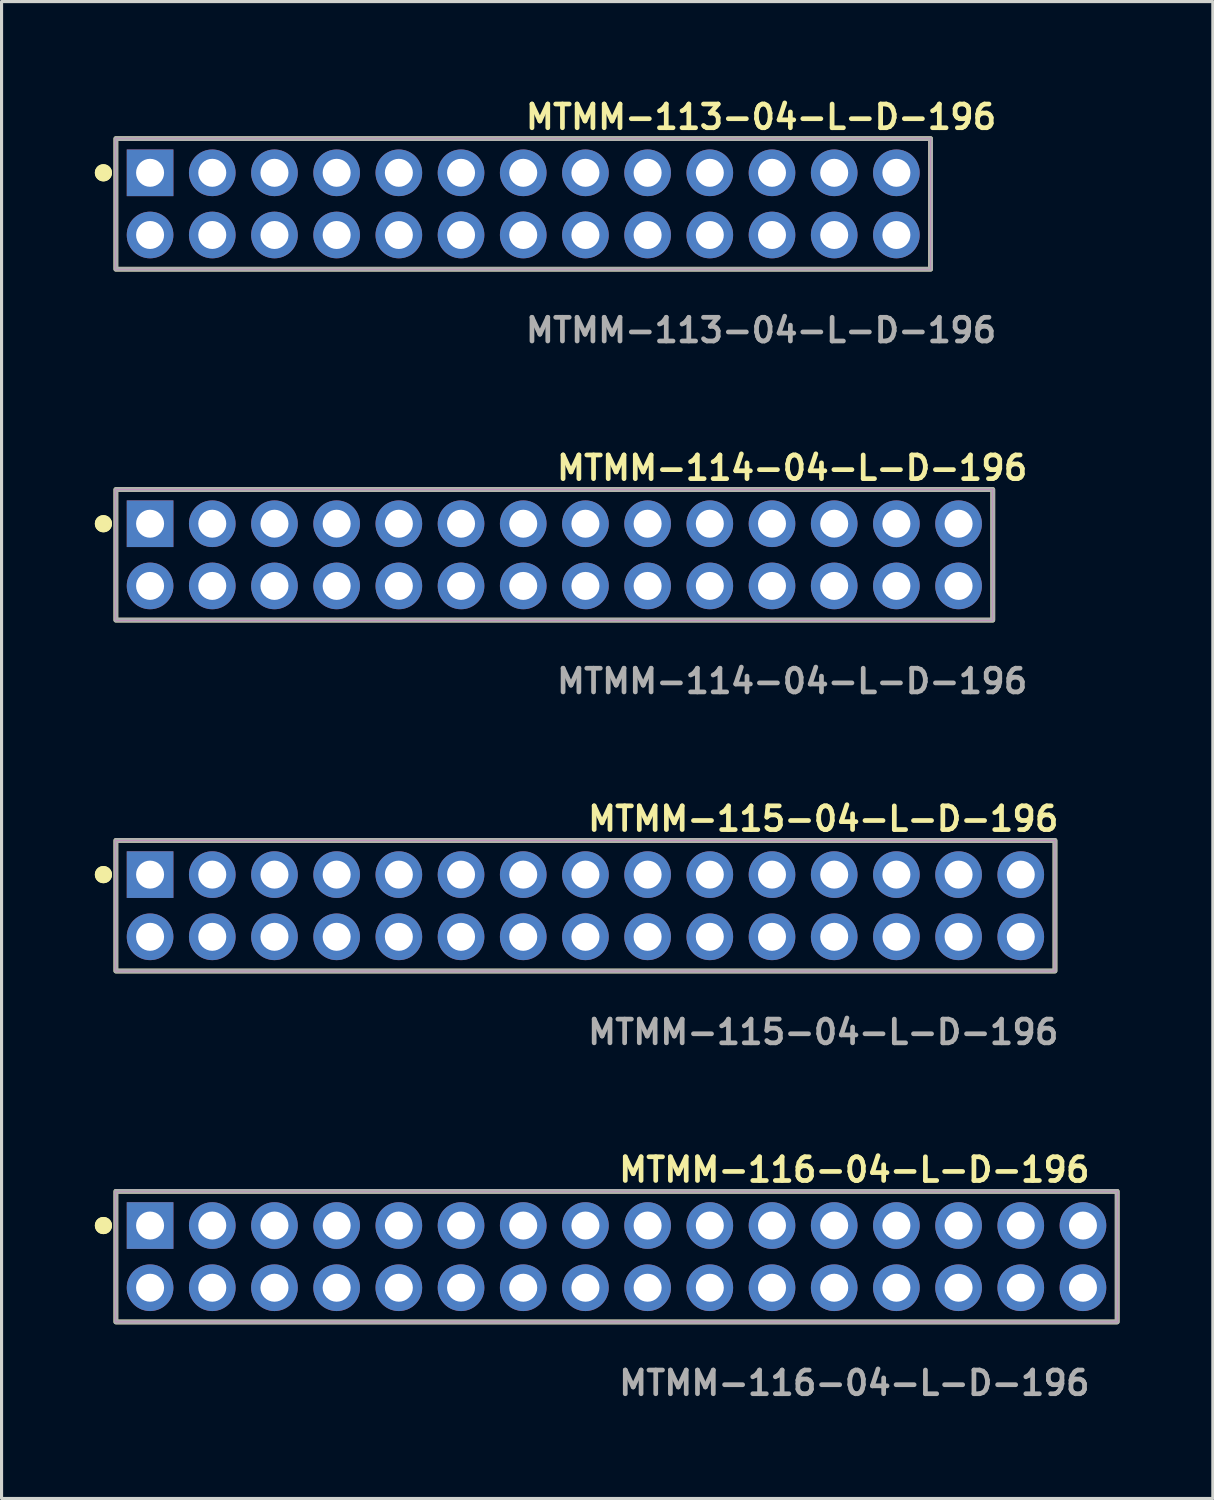
<source format=kicad_pcb>
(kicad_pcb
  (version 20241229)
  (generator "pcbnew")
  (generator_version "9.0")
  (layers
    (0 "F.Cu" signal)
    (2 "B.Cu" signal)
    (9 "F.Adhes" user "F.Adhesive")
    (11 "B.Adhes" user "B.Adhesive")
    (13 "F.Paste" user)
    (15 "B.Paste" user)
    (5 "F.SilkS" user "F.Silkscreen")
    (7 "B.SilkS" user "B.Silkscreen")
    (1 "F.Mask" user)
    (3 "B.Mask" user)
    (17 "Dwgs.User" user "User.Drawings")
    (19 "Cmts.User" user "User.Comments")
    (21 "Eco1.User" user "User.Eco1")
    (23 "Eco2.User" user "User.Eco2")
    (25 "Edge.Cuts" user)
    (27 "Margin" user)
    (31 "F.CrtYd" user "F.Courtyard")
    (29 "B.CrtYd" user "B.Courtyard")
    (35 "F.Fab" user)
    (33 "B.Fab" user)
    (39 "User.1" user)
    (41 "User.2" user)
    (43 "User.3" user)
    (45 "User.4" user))
  (footprint "MTMM-114-04-L-D-196"
    (layer "F.Cu")
    (at 14.776 14.792)
    (property "Reference" "MTMM-114-04-L-D-196" (at 0 -2.794 0) (unlocked yes) (layer "F.SilkS") (effects (font (size 0.762 0.762) (thickness 0.152)) (justify left)))
    (fp_rect (start -14.1 2.1) (end 14.1 -2.1) (stroke (width 0.152) (type solid)) (fill no) (layer "F.SilkS"))
    (fp_circle (center -14.5 -1) (end -14.7 -1) (stroke (width 0.152) (type solid)) (fill yes) (layer "F.SilkS"))
    (fp_circle (center -14.5 -1) (end -14.7 -1) (stroke (width 0.152) (type solid)) (fill yes) (layer "F.SilkS"))
    (fp_rect (start -14.1 2.1) (end 14.1 -2.1) (stroke (width 0.006) (type solid)) (fill no) (layer "F.CrtYd"))
    (fp_rect (start -14.1 2.1) (end 14.1 -2.1) (stroke (width 0.152) (type solid)) (fill no) (layer "F.Fab"))
    (fp_text user "${REFERENCE}" (at 0 4.064 0) (unlocked yes) (layer "F.Fab") (effects (font (size 0.762 0.762) (thickness 0.152)) (justify left)))
    (pad "1" thru_hole rect (at -13 -1) (size 1.5 1.5) (drill 0.9) (layers "*.Cu" "*.Mask"))
    (pad "2" thru_hole circle (at -13 1) (size 1.5 1.5) (drill 0.9) (layers "*.Cu" "*.Mask"))
    (pad "3" thru_hole circle (at -11 -1) (size 1.5 1.5) (drill 0.9) (layers "*.Cu" "*.Mask"))
    (pad "4" thru_hole circle (at -11 1) (size 1.5 1.5) (drill 0.9) (layers "*.Cu" "*.Mask"))
    (pad "5" thru_hole circle (at -9 -1) (size 1.5 1.5) (drill 0.9) (layers "*.Cu" "*.Mask"))
    (pad "6" thru_hole circle (at -9 1) (size 1.5 1.5) (drill 0.9) (layers "*.Cu" "*.Mask"))
    (pad "7" thru_hole circle (at -7 -1) (size 1.5 1.5) (drill 0.9) (layers "*.Cu" "*.Mask"))
    (pad "8" thru_hole circle (at -7 1) (size 1.5 1.5) (drill 0.9) (layers "*.Cu" "*.Mask"))
    (pad "9" thru_hole circle (at -5 -1) (size 1.5 1.5) (drill 0.9) (layers "*.Cu" "*.Mask"))
    (pad "10" thru_hole circle (at -5 1) (size 1.5 1.5) (drill 0.9) (layers "*.Cu" "*.Mask"))
    (pad "11" thru_hole circle (at -3 -1) (size 1.5 1.5) (drill 0.9) (layers "*.Cu" "*.Mask"))
    (pad "12" thru_hole circle (at -3 1) (size 1.5 1.5) (drill 0.9) (layers "*.Cu" "*.Mask"))
    (pad "13" thru_hole circle (at -1 -1) (size 1.5 1.5) (drill 0.9) (layers "*.Cu" "*.Mask"))
    (pad "14" thru_hole circle (at -1 1) (size 1.5 1.5) (drill 0.9) (layers "*.Cu" "*.Mask"))
    (pad "15" thru_hole circle (at 1 -1) (size 1.5 1.5) (drill 0.9) (layers "*.Cu" "*.Mask"))
    (pad "16" thru_hole circle (at 1 1) (size 1.5 1.5) (drill 0.9) (layers "*.Cu" "*.Mask"))
    (pad "17" thru_hole circle (at 3 -1) (size 1.5 1.5) (drill 0.9) (layers "*.Cu" "*.Mask"))
    (pad "18" thru_hole circle (at 3 1) (size 1.5 1.5) (drill 0.9) (layers "*.Cu" "*.Mask"))
    (pad "19" thru_hole circle (at 5 -1) (size 1.5 1.5) (drill 0.9) (layers "*.Cu" "*.Mask"))
    (pad "20" thru_hole circle (at 5 1) (size 1.5 1.5) (drill 0.9) (layers "*.Cu" "*.Mask"))
    (pad "21" thru_hole circle (at 7 -1) (size 1.5 1.5) (drill 0.9) (layers "*.Cu" "*.Mask"))
    (pad "22" thru_hole circle (at 7 1) (size 1.5 1.5) (drill 0.9) (layers "*.Cu" "*.Mask"))
    (pad "23" thru_hole circle (at 9 -1) (size 1.5 1.5) (drill 0.9) (layers "*.Cu" "*.Mask"))
    (pad "24" thru_hole circle (at 9 1) (size 1.5 1.5) (drill 0.9) (layers "*.Cu" "*.Mask"))
    (pad "25" thru_hole circle (at 11 -1) (size 1.5 1.5) (drill 0.9) (layers "*.Cu" "*.Mask"))
    (pad "26" thru_hole circle (at 11 1) (size 1.5 1.5) (drill 0.9) (layers "*.Cu" "*.Mask"))
    (pad "27" thru_hole circle (at 13 -1) (size 1.5 1.5) (drill 0.9) (layers "*.Cu" "*.Mask"))
    (pad "28" thru_hole circle (at 13 1) (size 1.5 1.5) (drill 0.9) (layers "*.Cu" "*.Mask")))
  (footprint "MTMM-116-04-L-D-196"
    (layer "F.Cu")
    (at 16.776 37.361)
    (property "Reference" "MTMM-116-04-L-D-196" (at 0 -2.794 0) (unlocked yes) (layer "F.SilkS") (effects (font (size 0.762 0.762) (thickness 0.152)) (justify left)))
    (fp_rect (start -16.1 2.1) (end 16.1 -2.1) (stroke (width 0.152) (type solid)) (fill no) (layer "F.SilkS"))
    (fp_circle (center -16.5 -1) (end -16.7 -1) (stroke (width 0.152) (type solid)) (fill yes) (layer "F.SilkS"))
    (fp_circle (center -16.5 -1) (end -16.7 -1) (stroke (width 0.152) (type solid)) (fill yes) (layer "F.SilkS"))
    (fp_rect (start -16.1 2.1) (end 16.1 -2.1) (stroke (width 0.006) (type solid)) (fill no) (layer "F.CrtYd"))
    (fp_rect (start -16.1 2.1) (end 16.1 -2.1) (stroke (width 0.152) (type solid)) (fill no) (layer "F.Fab"))
    (fp_text user "${REFERENCE}" (at 0 4.064 0) (unlocked yes) (layer "F.Fab") (effects (font (size 0.762 0.762) (thickness 0.152)) (justify left)))
    (pad "1" thru_hole rect (at -15 -1) (size 1.5 1.5) (drill 0.9) (layers "*.Cu" "*.Mask"))
    (pad "2" thru_hole circle (at -15 1) (size 1.5 1.5) (drill 0.9) (layers "*.Cu" "*.Mask"))
    (pad "3" thru_hole circle (at -13 -1) (size 1.5 1.5) (drill 0.9) (layers "*.Cu" "*.Mask"))
    (pad "4" thru_hole circle (at -13 1) (size 1.5 1.5) (drill 0.9) (layers "*.Cu" "*.Mask"))
    (pad "5" thru_hole circle (at -11 -1) (size 1.5 1.5) (drill 0.9) (layers "*.Cu" "*.Mask"))
    (pad "6" thru_hole circle (at -11 1) (size 1.5 1.5) (drill 0.9) (layers "*.Cu" "*.Mask"))
    (pad "7" thru_hole circle (at -9 -1) (size 1.5 1.5) (drill 0.9) (layers "*.Cu" "*.Mask"))
    (pad "8" thru_hole circle (at -9 1) (size 1.5 1.5) (drill 0.9) (layers "*.Cu" "*.Mask"))
    (pad "9" thru_hole circle (at -7 -1) (size 1.5 1.5) (drill 0.9) (layers "*.Cu" "*.Mask"))
    (pad "10" thru_hole circle (at -7 1) (size 1.5 1.5) (drill 0.9) (layers "*.Cu" "*.Mask"))
    (pad "11" thru_hole circle (at -5 -1) (size 1.5 1.5) (drill 0.9) (layers "*.Cu" "*.Mask"))
    (pad "12" thru_hole circle (at -5 1) (size 1.5 1.5) (drill 0.9) (layers "*.Cu" "*.Mask"))
    (pad "13" thru_hole circle (at -3 -1) (size 1.5 1.5) (drill 0.9) (layers "*.Cu" "*.Mask"))
    (pad "14" thru_hole circle (at -3 1) (size 1.5 1.5) (drill 0.9) (layers "*.Cu" "*.Mask"))
    (pad "15" thru_hole circle (at -1 -1) (size 1.5 1.5) (drill 0.9) (layers "*.Cu" "*.Mask"))
    (pad "16" thru_hole circle (at -1 1) (size 1.5 1.5) (drill 0.9) (layers "*.Cu" "*.Mask"))
    (pad "17" thru_hole circle (at 1 -1) (size 1.5 1.5) (drill 0.9) (layers "*.Cu" "*.Mask"))
    (pad "18" thru_hole circle (at 1 1) (size 1.5 1.5) (drill 0.9) (layers "*.Cu" "*.Mask"))
    (pad "19" thru_hole circle (at 3 -1) (size 1.5 1.5) (drill 0.9) (layers "*.Cu" "*.Mask"))
    (pad "20" thru_hole circle (at 3 1) (size 1.5 1.5) (drill 0.9) (layers "*.Cu" "*.Mask"))
    (pad "21" thru_hole circle (at 5 -1) (size 1.5 1.5) (drill 0.9) (layers "*.Cu" "*.Mask"))
    (pad "22" thru_hole circle (at 5 1) (size 1.5 1.5) (drill 0.9) (layers "*.Cu" "*.Mask"))
    (pad "23" thru_hole circle (at 7 -1) (size 1.5 1.5) (drill 0.9) (layers "*.Cu" "*.Mask"))
    (pad "24" thru_hole circle (at 7 1) (size 1.5 1.5) (drill 0.9) (layers "*.Cu" "*.Mask"))
    (pad "25" thru_hole circle (at 9 -1) (size 1.5 1.5) (drill 0.9) (layers "*.Cu" "*.Mask"))
    (pad "26" thru_hole circle (at 9 1) (size 1.5 1.5) (drill 0.9) (layers "*.Cu" "*.Mask"))
    (pad "27" thru_hole circle (at 11 -1) (size 1.5 1.5) (drill 0.9) (layers "*.Cu" "*.Mask"))
    (pad "28" thru_hole circle (at 11 1) (size 1.5 1.5) (drill 0.9) (layers "*.Cu" "*.Mask"))
    (pad "29" thru_hole circle (at 13 -1) (size 1.5 1.5) (drill 0.9) (layers "*.Cu" "*.Mask"))
    (pad "30" thru_hole circle (at 13 1) (size 1.5 1.5) (drill 0.9) (layers "*.Cu" "*.Mask"))
    (pad "31" thru_hole circle (at 15 -1) (size 1.5 1.5) (drill 0.9) (layers "*.Cu" "*.Mask"))
    (pad "32" thru_hole circle (at 15 1) (size 1.5 1.5) (drill 0.9) (layers "*.Cu" "*.Mask")))
  (footprint "MTMM-113-04-L-D-196"
    (layer "F.Cu")
    (at 13.776 3.507)
    (property "Reference" "MTMM-113-04-L-D-196" (at 0 -2.794 0) (unlocked yes) (layer "F.SilkS") (effects (font (size 0.762 0.762) (thickness 0.152)) (justify left)))
    (fp_rect (start -13.1 2.1) (end 13.1 -2.1) (stroke (width 0.152) (type solid)) (fill no) (layer "F.SilkS"))
    (fp_circle (center -13.5 -1) (end -13.7 -1) (stroke (width 0.152) (type solid)) (fill yes) (layer "F.SilkS"))
    (fp_circle (center -13.5 -1) (end -13.7 -1) (stroke (width 0.152) (type solid)) (fill yes) (layer "F.SilkS"))
    (fp_rect (start -13.1 2.1) (end 13.1 -2.1) (stroke (width 0.006) (type solid)) (fill no) (layer "F.CrtYd"))
    (fp_rect (start -13.1 2.1) (end 13.1 -2.1) (stroke (width 0.152) (type solid)) (fill no) (layer "F.Fab"))
    (fp_text user "${REFERENCE}" (at 0 4.064 0) (unlocked yes) (layer "F.Fab") (effects (font (size 0.762 0.762) (thickness 0.152)) (justify left)))
    (pad "1" thru_hole rect (at -12 -1) (size 1.5 1.5) (drill 0.9) (layers "*.Cu" "*.Mask"))
    (pad "2" thru_hole circle (at -12 1) (size 1.5 1.5) (drill 0.9) (layers "*.Cu" "*.Mask"))
    (pad "3" thru_hole circle (at -10 -1) (size 1.5 1.5) (drill 0.9) (layers "*.Cu" "*.Mask"))
    (pad "4" thru_hole circle (at -10 1) (size 1.5 1.5) (drill 0.9) (layers "*.Cu" "*.Mask"))
    (pad "5" thru_hole circle (at -8 -1) (size 1.5 1.5) (drill 0.9) (layers "*.Cu" "*.Mask"))
    (pad "6" thru_hole circle (at -8 1) (size 1.5 1.5) (drill 0.9) (layers "*.Cu" "*.Mask"))
    (pad "7" thru_hole circle (at -6 -1) (size 1.5 1.5) (drill 0.9) (layers "*.Cu" "*.Mask"))
    (pad "8" thru_hole circle (at -6 1) (size 1.5 1.5) (drill 0.9) (layers "*.Cu" "*.Mask"))
    (pad "9" thru_hole circle (at -4 -1) (size 1.5 1.5) (drill 0.9) (layers "*.Cu" "*.Mask"))
    (pad "10" thru_hole circle (at -4 1) (size 1.5 1.5) (drill 0.9) (layers "*.Cu" "*.Mask"))
    (pad "11" thru_hole circle (at -2 -1) (size 1.5 1.5) (drill 0.9) (layers "*.Cu" "*.Mask"))
    (pad "12" thru_hole circle (at -2 1) (size 1.5 1.5) (drill 0.9) (layers "*.Cu" "*.Mask"))
    (pad "13" thru_hole circle (at 0 -1) (size 1.5 1.5) (drill 0.9) (layers "*.Cu" "*.Mask"))
    (pad "14" thru_hole circle (at 0 1) (size 1.5 1.5) (drill 0.9) (layers "*.Cu" "*.Mask"))
    (pad "15" thru_hole circle (at 2 -1) (size 1.5 1.5) (drill 0.9) (layers "*.Cu" "*.Mask"))
    (pad "16" thru_hole circle (at 2 1) (size 1.5 1.5) (drill 0.9) (layers "*.Cu" "*.Mask"))
    (pad "17" thru_hole circle (at 4 -1) (size 1.5 1.5) (drill 0.9) (layers "*.Cu" "*.Mask"))
    (pad "18" thru_hole circle (at 4 1) (size 1.5 1.5) (drill 0.9) (layers "*.Cu" "*.Mask"))
    (pad "19" thru_hole circle (at 6 -1) (size 1.5 1.5) (drill 0.9) (layers "*.Cu" "*.Mask"))
    (pad "20" thru_hole circle (at 6 1) (size 1.5 1.5) (drill 0.9) (layers "*.Cu" "*.Mask"))
    (pad "21" thru_hole circle (at 8 -1) (size 1.5 1.5) (drill 0.9) (layers "*.Cu" "*.Mask"))
    (pad "22" thru_hole circle (at 8 1) (size 1.5 1.5) (drill 0.9) (layers "*.Cu" "*.Mask"))
    (pad "23" thru_hole circle (at 10 -1) (size 1.5 1.5) (drill 0.9) (layers "*.Cu" "*.Mask"))
    (pad "24" thru_hole circle (at 10 1) (size 1.5 1.5) (drill 0.9) (layers "*.Cu" "*.Mask"))
    (pad "25" thru_hole circle (at 12 -1) (size 1.5 1.5) (drill 0.9) (layers "*.Cu" "*.Mask"))
    (pad "26" thru_hole circle (at 12 1) (size 1.5 1.5) (drill 0.9) (layers "*.Cu" "*.Mask")))
  (footprint "MTMM-115-04-L-D-196"
    (layer "F.Cu")
    (at 15.776 26.076)
    (property "Reference" "MTMM-115-04-L-D-196" (at 0 -2.794 0) (unlocked yes) (layer "F.SilkS") (effects (font (size 0.762 0.762) (thickness 0.152)) (justify left)))
    (fp_rect (start -15.1 2.1) (end 15.1 -2.1) (stroke (width 0.152) (type solid)) (fill no) (layer "F.SilkS"))
    (fp_circle (center -15.5 -1) (end -15.7 -1) (stroke (width 0.152) (type solid)) (fill yes) (layer "F.SilkS"))
    (fp_circle (center -15.5 -1) (end -15.7 -1) (stroke (width 0.152) (type solid)) (fill yes) (layer "F.SilkS"))
    (fp_rect (start -15.1 2.1) (end 15.1 -2.1) (stroke (width 0.006) (type solid)) (fill no) (layer "F.CrtYd"))
    (fp_rect (start -15.1 2.1) (end 15.1 -2.1) (stroke (width 0.152) (type solid)) (fill no) (layer "F.Fab"))
    (fp_text user "${REFERENCE}" (at 0 4.064 0) (unlocked yes) (layer "F.Fab") (effects (font (size 0.762 0.762) (thickness 0.152)) (justify left)))
    (pad "1" thru_hole rect (at -14 -1) (size 1.5 1.5) (drill 0.9) (layers "*.Cu" "*.Mask"))
    (pad "2" thru_hole circle (at -14 1) (size 1.5 1.5) (drill 0.9) (layers "*.Cu" "*.Mask"))
    (pad "3" thru_hole circle (at -12 -1) (size 1.5 1.5) (drill 0.9) (layers "*.Cu" "*.Mask"))
    (pad "4" thru_hole circle (at -12 1) (size 1.5 1.5) (drill 0.9) (layers "*.Cu" "*.Mask"))
    (pad "5" thru_hole circle (at -10 -1) (size 1.5 1.5) (drill 0.9) (layers "*.Cu" "*.Mask"))
    (pad "6" thru_hole circle (at -10 1) (size 1.5 1.5) (drill 0.9) (layers "*.Cu" "*.Mask"))
    (pad "7" thru_hole circle (at -8 -1) (size 1.5 1.5) (drill 0.9) (layers "*.Cu" "*.Mask"))
    (pad "8" thru_hole circle (at -8 1) (size 1.5 1.5) (drill 0.9) (layers "*.Cu" "*.Mask"))
    (pad "9" thru_hole circle (at -6 -1) (size 1.5 1.5) (drill 0.9) (layers "*.Cu" "*.Mask"))
    (pad "10" thru_hole circle (at -6 1) (size 1.5 1.5) (drill 0.9) (layers "*.Cu" "*.Mask"))
    (pad "11" thru_hole circle (at -4 -1) (size 1.5 1.5) (drill 0.9) (layers "*.Cu" "*.Mask"))
    (pad "12" thru_hole circle (at -4 1) (size 1.5 1.5) (drill 0.9) (layers "*.Cu" "*.Mask"))
    (pad "13" thru_hole circle (at -2 -1) (size 1.5 1.5) (drill 0.9) (layers "*.Cu" "*.Mask"))
    (pad "14" thru_hole circle (at -2 1) (size 1.5 1.5) (drill 0.9) (layers "*.Cu" "*.Mask"))
    (pad "15" thru_hole circle (at 0 -1) (size 1.5 1.5) (drill 0.9) (layers "*.Cu" "*.Mask"))
    (pad "16" thru_hole circle (at 0 1) (size 1.5 1.5) (drill 0.9) (layers "*.Cu" "*.Mask"))
    (pad "17" thru_hole circle (at 2 -1) (size 1.5 1.5) (drill 0.9) (layers "*.Cu" "*.Mask"))
    (pad "18" thru_hole circle (at 2 1) (size 1.5 1.5) (drill 0.9) (layers "*.Cu" "*.Mask"))
    (pad "19" thru_hole circle (at 4 -1) (size 1.5 1.5) (drill 0.9) (layers "*.Cu" "*.Mask"))
    (pad "20" thru_hole circle (at 4 1) (size 1.5 1.5) (drill 0.9) (layers "*.Cu" "*.Mask"))
    (pad "21" thru_hole circle (at 6 -1) (size 1.5 1.5) (drill 0.9) (layers "*.Cu" "*.Mask"))
    (pad "22" thru_hole circle (at 6 1) (size 1.5 1.5) (drill 0.9) (layers "*.Cu" "*.Mask"))
    (pad "23" thru_hole circle (at 8 -1) (size 1.5 1.5) (drill 0.9) (layers "*.Cu" "*.Mask"))
    (pad "24" thru_hole circle (at 8 1) (size 1.5 1.5) (drill 0.9) (layers "*.Cu" "*.Mask"))
    (pad "25" thru_hole circle (at 10 -1) (size 1.5 1.5) (drill 0.9) (layers "*.Cu" "*.Mask"))
    (pad "26" thru_hole circle (at 10 1) (size 1.5 1.5) (drill 0.9) (layers "*.Cu" "*.Mask"))
    (pad "27" thru_hole circle (at 12 -1) (size 1.5 1.5) (drill 0.9) (layers "*.Cu" "*.Mask"))
    (pad "28" thru_hole circle (at 12 1) (size 1.5 1.5) (drill 0.9) (layers "*.Cu" "*.Mask"))
    (pad "29" thru_hole circle (at 14 -1) (size 1.5 1.5) (drill 0.9) (layers "*.Cu" "*.Mask"))
    (pad "30" thru_hole circle (at 14 1) (size 1.5 1.5) (drill 0.9) (layers "*.Cu" "*.Mask")))
  (gr_rect
    (start -3 -3)
    (end 35.952 45.138)
    (stroke (width 0.1) (type default))
    (fill no)
    (layer "Edge.Cuts")))
</source>
